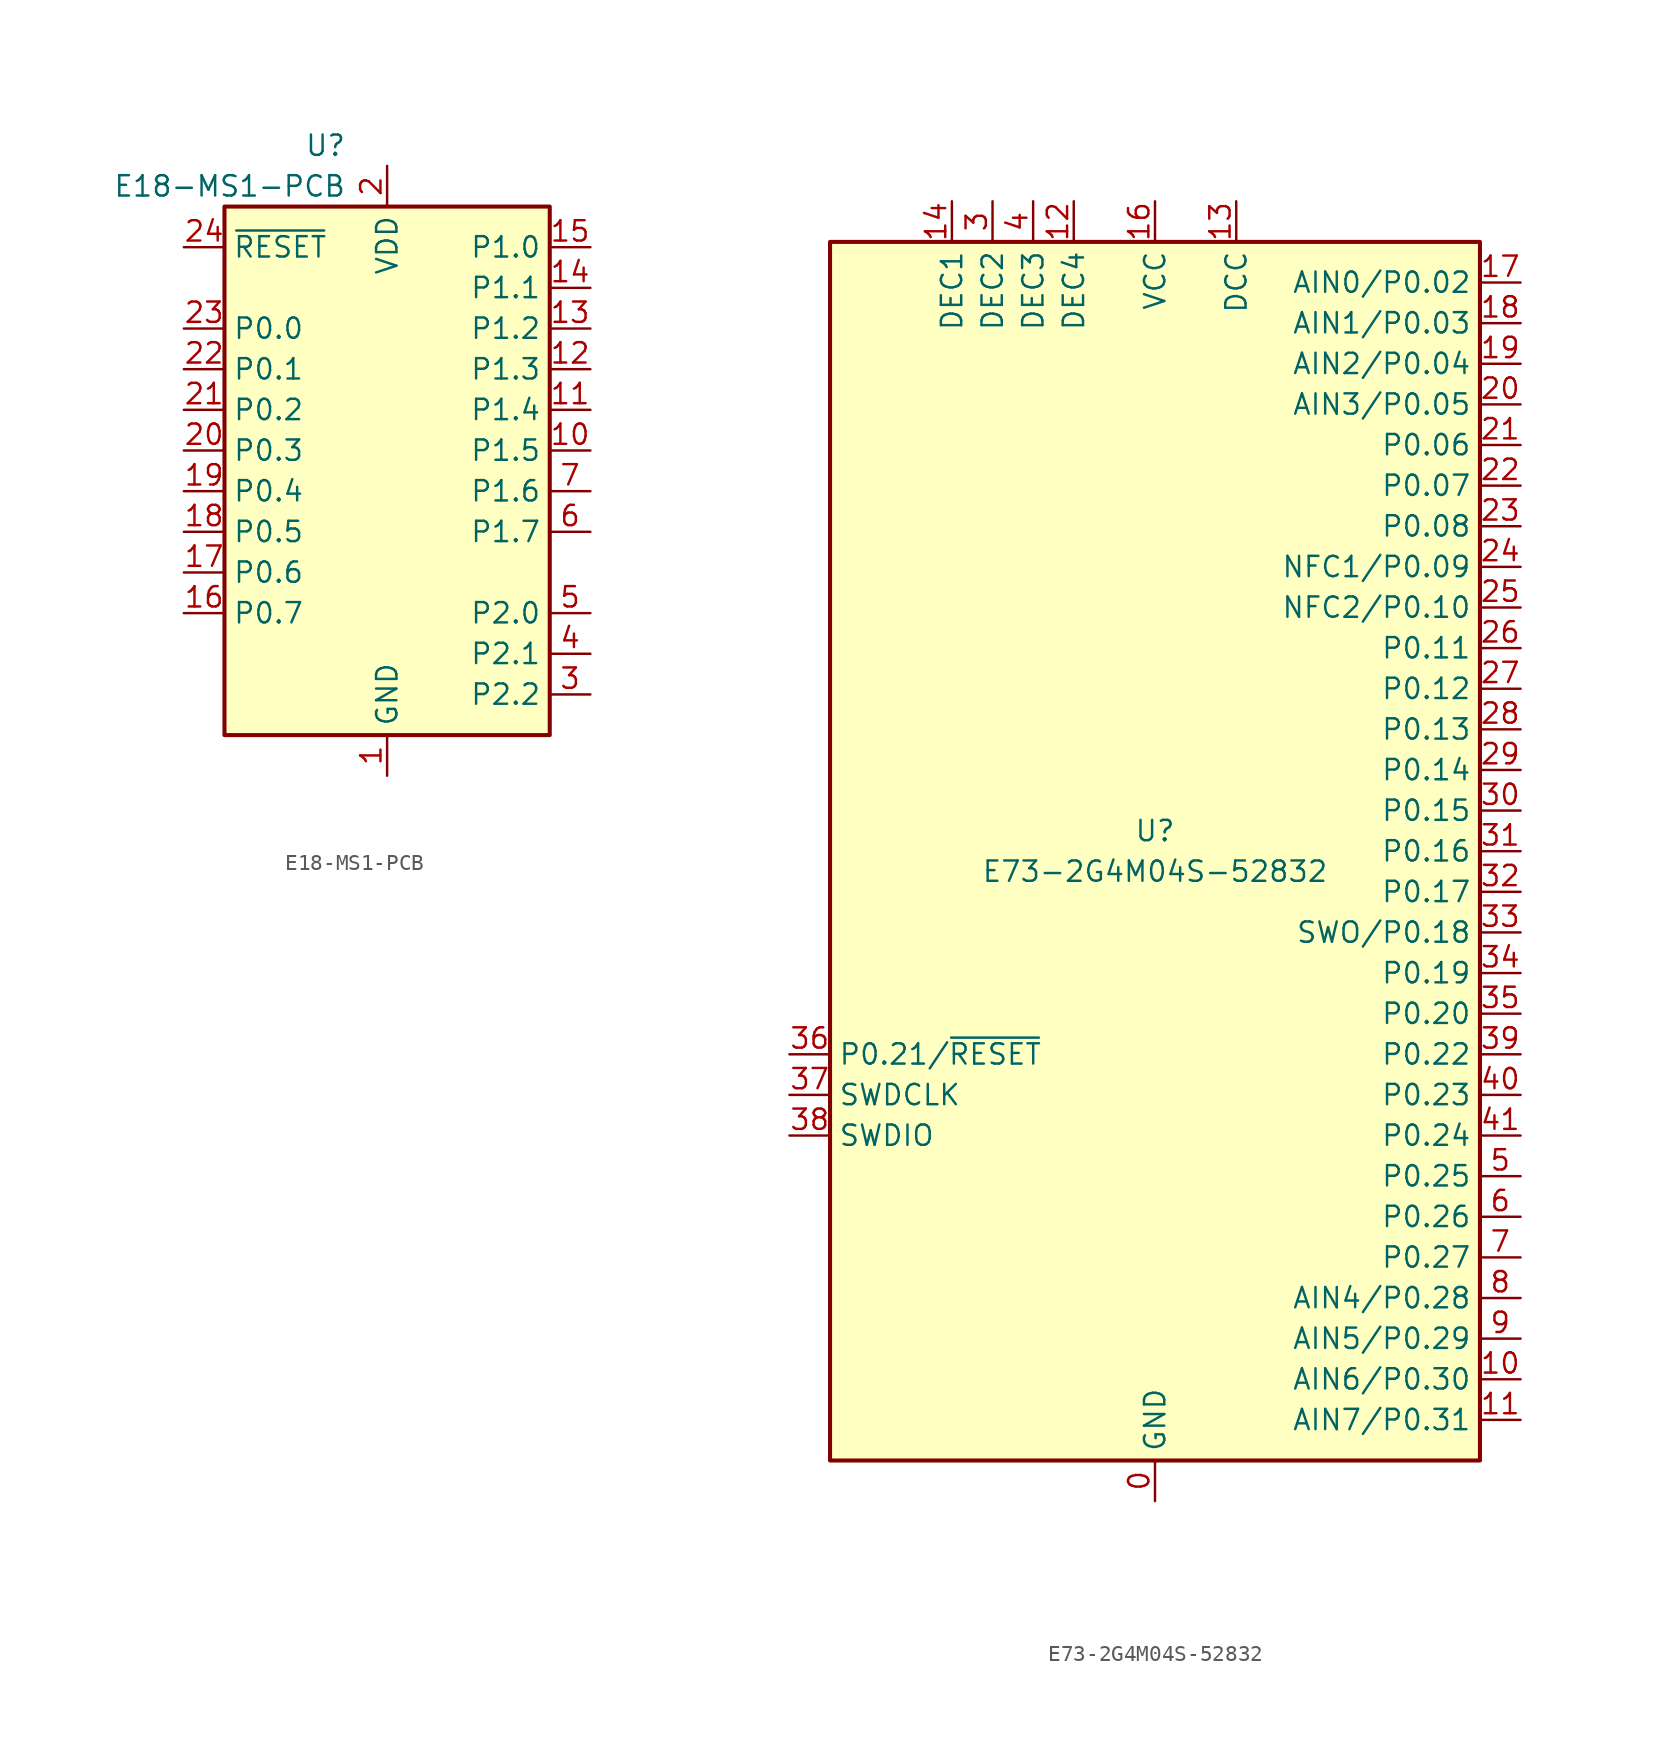
<source format=kicad_sym>
(kicad_symbol_lib
  (version 20231120)
  (generator "kicad_symbol_editor")
  (generator_version "8.0")
  (symbol "E18-MS1-PCB"
    (property "Reference" "U"
      (at -2.54 21.59 0)
      (effects (font (size 1.27 1.27)) (justify right)))
    (property "Value" "E18-MS1-PCB"
      (at -2.54 19.05 0)
      (effects (font (size 1.27 1.27)) (justify right)))
    (symbol "E18-MS1-PCB_0_1"
      (rectangle (start -10.16 17.78) (end 10.16 -15.24) (stroke (width 0.254) (type default)) (fill (type background))))
    (symbol "E18-MS1-PCB_1_1"
      (pin power_in line (at 0 -17.78 90) (length 2.54) (name "GND" (effects (font (size 1.27 1.27)))) (number "1" (effects (font (size 1.27 1.27)))))
      (pin bidirectional line (at 12.7 2.54 180) (length 2.54) (name "P1.5" (effects (font (size 1.27 1.27)))) (number "10" (effects (font (size 1.27 1.27)))))
      (pin bidirectional line (at 12.7 5.08 180) (length 2.54) (name "P1.4" (effects (font (size 1.27 1.27)))) (number "11" (effects (font (size 1.27 1.27)))))
      (pin bidirectional line (at 12.7 7.62 180) (length 2.54) (name "P1.3" (effects (font (size 1.27 1.27)))) (number "12" (effects (font (size 1.27 1.27)))))
      (pin bidirectional line (at 12.7 10.16 180) (length 2.54) (name "P1.2" (effects (font (size 1.27 1.27)))) (number "13" (effects (font (size 1.27 1.27)))))
      (pin bidirectional line (at 12.7 12.7 180) (length 2.54) (name "P1.1" (effects (font (size 1.27 1.27)))) (number "14" (effects (font (size 1.27 1.27)))))
      (pin bidirectional line (at 12.7 15.24 180) (length 2.54) (name "P1.0" (effects (font (size 1.27 1.27)))) (number "15" (effects (font (size 1.27 1.27)))))
      (pin bidirectional line (at -12.7 -7.62 0) (length 2.54) (name "P0.7" (effects (font (size 1.27 1.27)))) (number "16" (effects (font (size 1.27 1.27)))))
      (pin bidirectional line (at -12.7 -5.08 0) (length 2.54) (name "P0.6" (effects (font (size 1.27 1.27)))) (number "17" (effects (font (size 1.27 1.27)))))
      (pin bidirectional line (at -12.7 -2.54 0) (length 2.54) (name "P0.5" (effects (font (size 1.27 1.27)))) (number "18" (effects (font (size 1.27 1.27)))))
      (pin bidirectional line (at -12.7 0 0) (length 2.54) (name "P0.4" (effects (font (size 1.27 1.27)))) (number "19" (effects (font (size 1.27 1.27)))))
      (pin power_in line (at 0 20.32 270) (length 2.54) (name "VDD" (effects (font (size 1.27 1.27)))) (number "2" (effects (font (size 1.27 1.27)))))
      (pin bidirectional line (at -12.7 2.54 0) (length 2.54) (name "P0.3" (effects (font (size 1.27 1.27)))) (number "20" (effects (font (size 1.27 1.27)))))
      (pin bidirectional line (at -12.7 5.08 0) (length 2.54) (name "P0.2" (effects (font (size 1.27 1.27)))) (number "21" (effects (font (size 1.27 1.27)))))
      (pin bidirectional line (at -12.7 7.62 0) (length 2.54) (name "P0.1" (effects (font (size 1.27 1.27)))) (number "22" (effects (font (size 1.27 1.27)))))
      (pin bidirectional line (at -12.7 10.16 0) (length 2.54) (name "P0.0" (effects (font (size 1.27 1.27)))) (number "23" (effects (font (size 1.27 1.27)))))
      (pin input line (at -12.7 15.24 0) (length 2.54) (name "~{RESET}" (effects (font (size 1.27 1.27)))) (number "24" (effects (font (size 1.27 1.27)))))
      (pin bidirectional line (at 12.7 -12.7 180) (length 2.54) (name "P2.2" (effects (font (size 1.27 1.27)))) (number "3" (effects (font (size 1.27 1.27)))))
      (pin bidirectional line (at 12.7 -10.16 180) (length 2.54) (name "P2.1" (effects (font (size 1.27 1.27)))) (number "4" (effects (font (size 1.27 1.27)))))
      (pin bidirectional line (at 12.7 -7.62 180) (length 2.54) (name "P2.0" (effects (font (size 1.27 1.27)))) (number "5" (effects (font (size 1.27 1.27)))))
      (pin bidirectional line (at 12.7 -2.54 180) (length 2.54) (name "P1.7" (effects (font (size 1.27 1.27)))) (number "6" (effects (font (size 1.27 1.27)))))
      (pin bidirectional line (at 12.7 0 180) (length 2.54) (name "P1.6" (effects (font (size 1.27 1.27)))) (number "7" (effects (font (size 1.27 1.27)))))
      (pin no_connect line (at -10.16 -10.16 0) (length 2.54) hide (name "NC" (effects (font (size 1.27 1.27)))) (number "8" (effects (font (size 1.27 1.27)))))
      (pin no_connect line (at -10.16 -12.7 0) (length 2.54) hide (name "NC" (effects (font (size 1.27 1.27)))) (number "9" (effects (font (size 1.27 1.27)))))))
  (symbol "E73-2G4M04S-52832"
    (property "Reference" "U"
      (at 0 1.27 0)
      (effects (font (size 1.27 1.27))))
    (property "Value" "E73-2G4M04S-52832"
      (at 0 -1.27 0)
      (effects (font (size 1.27 1.27))))
    (symbol "E73-2G4M04S-52832_0_1"
      (rectangle (start 20.32 38.1) (end -20.32 -38.1) (stroke (width 0.254) (type default)) (fill (type background))))
    (symbol "E73-2G4M04S-52832_1_1"
      (pin power_in line (at 0 -40.64 90) (length 2.54) (name "GND" (effects (font (size 1.27 1.27)))) (number "0" (effects (font (size 1.27 1.27)))))
      (pin passive line (at 0 -40.64 90) (length 2.54) hide (name "GND" (effects (font (size 1.27 1.27)))) (number "1" (effects (font (size 1.27 1.27)))))
      (pin bidirectional line (at 22.86 -33.02 180) (length 2.54) (name "AIN6/P0.30" (effects (font (size 1.27 1.27)))) (number "10" (effects (font (size 1.27 1.27)))))
      (pin bidirectional line (at 22.86 -35.56 180) (length 2.54) (name "AIN7/P0.31" (effects (font (size 1.27 1.27)))) (number "11" (effects (font (size 1.27 1.27)))))
      (pin passive line (at -5.08 40.64 270) (length 2.54) (name "DEC4" (effects (font (size 1.27 1.27)))) (number "12" (effects (font (size 1.27 1.27)))))
      (pin power_out line (at 5.08 40.64 270) (length 2.54) (name "DCC" (effects (font (size 1.27 1.27)))) (number "13" (effects (font (size 1.27 1.27)))))
      (pin passive line (at -12.7 40.64 270) (length 2.54) (name "DEC1" (effects (font (size 1.27 1.27)))) (number "14" (effects (font (size 1.27 1.27)))))
      (pin passive line (at 0 -40.64 90) (length 2.54) hide (name "GND" (effects (font (size 1.27 1.27)))) (number "15" (effects (font (size 1.27 1.27)))))
      (pin power_in line (at 0 40.64 270) (length 2.54) (name "VCC" (effects (font (size 1.27 1.27)))) (number "16" (effects (font (size 1.27 1.27)))))
      (pin bidirectional line (at 22.86 35.56 180) (length 2.54) (name "AIN0/P0.02" (effects (font (size 1.27 1.27)))) (number "17" (effects (font (size 1.27 1.27)))))
      (pin bidirectional line (at 22.86 33.02 180) (length 2.54) (name "AIN1/P0.03" (effects (font (size 1.27 1.27)))) (number "18" (effects (font (size 1.27 1.27)))))
      (pin bidirectional line (at 22.86 30.48 180) (length 2.54) (name "AIN2/P0.04" (effects (font (size 1.27 1.27)))) (number "19" (effects (font (size 1.27 1.27)))))
      (pin passive line (at 0 -40.64 90) (length 2.54) hide (name "GND" (effects (font (size 1.27 1.27)))) (number "2" (effects (font (size 1.27 1.27)))))
      (pin bidirectional line (at 22.86 27.94 180) (length 2.54) (name "AIN3/P0.05" (effects (font (size 1.27 1.27)))) (number "20" (effects (font (size 1.27 1.27)))))
      (pin bidirectional line (at 22.86 25.4 180) (length 2.54) (name "P0.06" (effects (font (size 1.27 1.27)))) (number "21" (effects (font (size 1.27 1.27)))))
      (pin bidirectional line (at 22.86 22.86 180) (length 2.54) (name "P0.07" (effects (font (size 1.27 1.27)))) (number "22" (effects (font (size 1.27 1.27)))))
      (pin bidirectional line (at 22.86 20.32 180) (length 2.54) (name "P0.08" (effects (font (size 1.27 1.27)))) (number "23" (effects (font (size 1.27 1.27)))))
      (pin bidirectional line (at 22.86 17.78 180) (length 2.54) (name "NFC1/P0.09" (effects (font (size 1.27 1.27)))) (number "24" (effects (font (size 1.27 1.27)))))
      (pin bidirectional line (at 22.86 15.24 180) (length 2.54) (name "NFC2/P0.10" (effects (font (size 1.27 1.27)))) (number "25" (effects (font (size 1.27 1.27)))))
      (pin bidirectional line (at 22.86 12.7 180) (length 2.54) (name "P0.11" (effects (font (size 1.27 1.27)))) (number "26" (effects (font (size 1.27 1.27)))))
      (pin bidirectional line (at 22.86 10.16 180) (length 2.54) (name "P0.12" (effects (font (size 1.27 1.27)))) (number "27" (effects (font (size 1.27 1.27)))))
      (pin bidirectional line (at 22.86 7.62 180) (length 2.54) (name "P0.13" (effects (font (size 1.27 1.27)))) (number "28" (effects (font (size 1.27 1.27)))))
      (pin bidirectional line (at 22.86 5.08 180) (length 2.54) (name "P0.14" (effects (font (size 1.27 1.27)))) (number "29" (effects (font (size 1.27 1.27)))))
      (pin passive line (at -10.16 40.64 270) (length 2.54) (name "DEC2" (effects (font (size 1.27 1.27)))) (number "3" (effects (font (size 1.27 1.27)))))
      (pin bidirectional line (at 22.86 2.54 180) (length 2.54) (name "P0.15" (effects (font (size 1.27 1.27)))) (number "30" (effects (font (size 1.27 1.27)))))
      (pin bidirectional line (at 22.86 0 180) (length 2.54) (name "P0.16" (effects (font (size 1.27 1.27)))) (number "31" (effects (font (size 1.27 1.27)))))
      (pin bidirectional line (at 22.86 -2.54 180) (length 2.54) (name "P0.17" (effects (font (size 1.27 1.27)))) (number "32" (effects (font (size 1.27 1.27)))))
      (pin bidirectional line (at 22.86 -5.08 180) (length 2.54) (name "SWO/P0.18" (effects (font (size 1.27 1.27)))) (number "33" (effects (font (size 1.27 1.27)))))
      (pin bidirectional line (at 22.86 -7.62 180) (length 2.54) (name "P0.19" (effects (font (size 1.27 1.27)))) (number "34" (effects (font (size 1.27 1.27)))))
      (pin bidirectional line (at 22.86 -10.16 180) (length 2.54) (name "P0.20" (effects (font (size 1.27 1.27)))) (number "35" (effects (font (size 1.27 1.27)))))
      (pin bidirectional line (at -22.86 -12.7 0) (length 2.54) (name "P0.21/~{RESET}" (effects (font (size 1.27 1.27)))) (number "36" (effects (font (size 1.27 1.27)))))
      (pin input line (at -22.86 -15.24 0) (length 2.54) (name "SWDCLK" (effects (font (size 1.27 1.27)))) (number "37" (effects (font (size 1.27 1.27)))))
      (pin bidirectional line (at -22.86 -17.78 0) (length 2.54) (name "SWDIO" (effects (font (size 1.27 1.27)))) (number "38" (effects (font (size 1.27 1.27)))))
      (pin bidirectional line (at 22.86 -12.7 180) (length 2.54) (name "P0.22" (effects (font (size 1.27 1.27)))) (number "39" (effects (font (size 1.27 1.27)))))
      (pin passive line (at -7.62 40.64 270) (length 2.54) (name "DEC3" (effects (font (size 1.27 1.27)))) (number "4" (effects (font (size 1.27 1.27)))))
      (pin bidirectional line (at 22.86 -15.24 180) (length 2.54) (name "P0.23" (effects (font (size 1.27 1.27)))) (number "40" (effects (font (size 1.27 1.27)))))
      (pin bidirectional line (at 22.86 -17.78 180) (length 2.54) (name "P0.24" (effects (font (size 1.27 1.27)))) (number "41" (effects (font (size 1.27 1.27)))))
      (pin passive line (at 0 -40.64 90) (length 2.54) hide (name "GND" (effects (font (size 1.27 1.27)))) (number "42" (effects (font (size 1.27 1.27)))))
      (pin passive line (at 0 -40.64 90) (length 2.54) hide (name "GND" (effects (font (size 1.27 1.27)))) (number "43" (effects (font (size 1.27 1.27)))))
      (pin bidirectional line (at 22.86 -20.32 180) (length 2.54) (name "P0.25" (effects (font (size 1.27 1.27)))) (number "5" (effects (font (size 1.27 1.27)))))
      (pin bidirectional line (at 22.86 -22.86 180) (length 2.54) (name "P0.26" (effects (font (size 1.27 1.27)))) (number "6" (effects (font (size 1.27 1.27)))))
      (pin bidirectional line (at 22.86 -25.4 180) (length 2.54) (name "P0.27" (effects (font (size 1.27 1.27)))) (number "7" (effects (font (size 1.27 1.27)))))
      (pin bidirectional line (at 22.86 -27.94 180) (length 2.54) (name "AIN4/P0.28" (effects (font (size 1.27 1.27)))) (number "8" (effects (font (size 1.27 1.27)))))
      (pin bidirectional line (at 22.86 -30.48 180) (length 2.54) (name "AIN5/P0.29" (effects (font (size 1.27 1.27)))) (number "9" (effects (font (size 1.27 1.27))))))))
</source>
